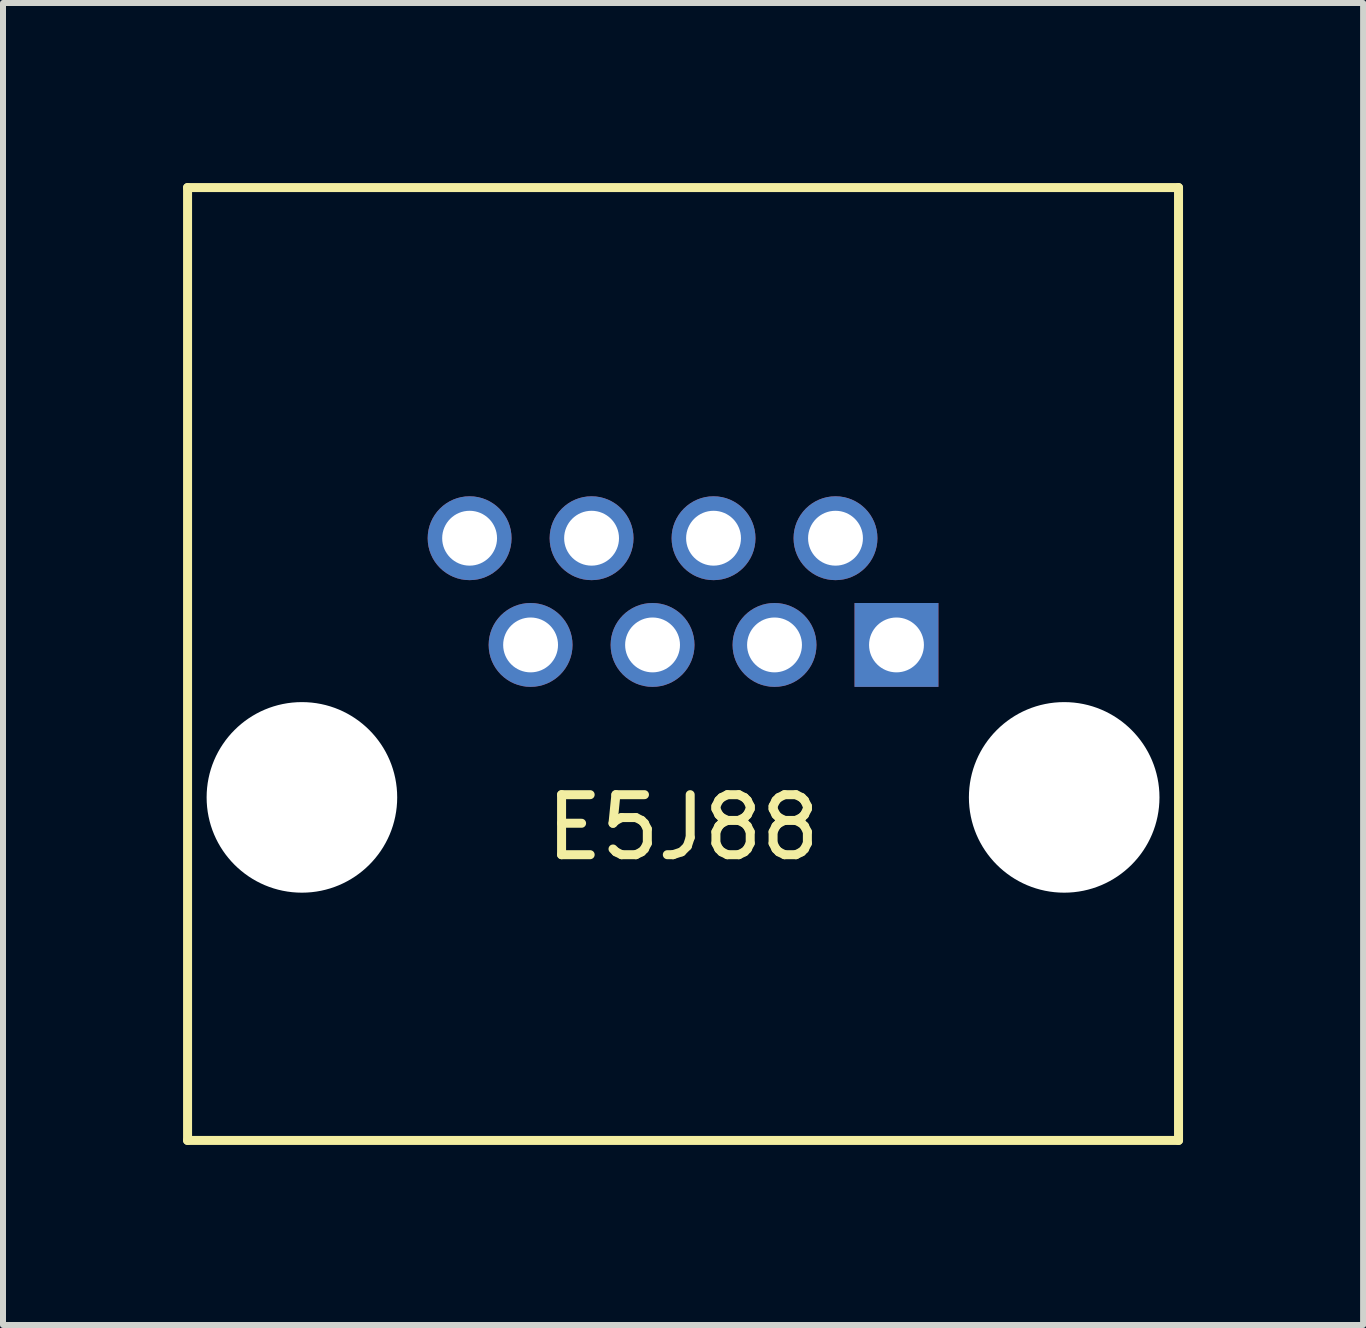
<source format=kicad_pcb>
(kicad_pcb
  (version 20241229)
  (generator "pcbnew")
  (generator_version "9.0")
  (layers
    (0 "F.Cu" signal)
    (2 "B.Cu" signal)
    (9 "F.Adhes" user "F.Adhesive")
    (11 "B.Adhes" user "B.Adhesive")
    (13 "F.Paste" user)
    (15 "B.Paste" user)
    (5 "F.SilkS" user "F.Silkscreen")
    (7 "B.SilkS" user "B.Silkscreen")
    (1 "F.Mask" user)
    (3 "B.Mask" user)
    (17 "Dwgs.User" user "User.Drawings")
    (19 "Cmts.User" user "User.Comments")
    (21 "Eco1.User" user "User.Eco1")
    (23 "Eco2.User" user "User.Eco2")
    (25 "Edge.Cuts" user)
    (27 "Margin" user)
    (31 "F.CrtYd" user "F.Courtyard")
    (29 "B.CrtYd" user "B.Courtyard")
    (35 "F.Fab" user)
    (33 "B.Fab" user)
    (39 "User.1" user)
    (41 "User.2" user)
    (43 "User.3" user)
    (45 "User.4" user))
  (footprint "E5J88"
    (layer "F.Cu")
    (at 8.33 10.235)
    (property "Reference" "E5J88" (at 0 0.5 0) (layer "F.SilkS") (effects (font (size 1 1) (thickness 0.15))))
    (attr through_hole)
    (fp_line (start -8.255 -10.16) (end -8.255 5.715) (stroke (width 0.15) (type solid)) (layer "F.SilkS"))
    (fp_line (start -8.255 5.715) (end 8.255 5.715) (stroke (width 0.15) (type solid)) (layer "F.SilkS"))
    (fp_line (start 8.255 -10.16) (end -8.255 -10.16) (stroke (width 0.15) (type solid)) (layer "F.SilkS"))
    (fp_line (start 8.255 5.715) (end 8.255 -10.16) (stroke (width 0.15) (type solid)) (layer "F.SilkS"))
    (pad "" np_thru_hole circle (at -6.35 0) (size 3.175 3.175) (drill 3.175) (layers "*.Cu" "*.Mask"))
    (pad "" np_thru_hole circle (at 6.35 0) (size 3.175 3.175) (drill 3.175) (layers "*.Cu" "*.Mask"))
    (pad "1" thru_hole rect (at 3.556 -2.54) (size 1.397 1.397) (drill 0.914) (layers "*.Cu" "*.Mask"))
    (pad "2" thru_hole circle (at 2.54 -4.318) (size 1.397 1.397) (drill 0.914) (layers "*.Cu" "*.Mask"))
    (pad "3" thru_hole circle (at 1.524 -2.54) (size 1.397 1.397) (drill 0.914) (layers "*.Cu" "*.Mask"))
    (pad "4" thru_hole circle (at 0.508 -4.318) (size 1.397 1.397) (drill 0.914) (layers "*.Cu" "*.Mask"))
    (pad "5" thru_hole circle (at -0.508 -2.54) (size 1.397 1.397) (drill 0.914) (layers "*.Cu" "*.Mask"))
    (pad "6" thru_hole circle (at -1.524 -4.318) (size 1.397 1.397) (drill 0.914) (layers "*.Cu" "*.Mask"))
    (pad "7" thru_hole circle (at -2.54 -2.54) (size 1.397 1.397) (drill 0.914) (layers "*.Cu" "*.Mask"))
    (pad "8" thru_hole circle (at -3.556 -4.318) (size 1.397 1.397) (drill 0.914) (layers "*.Cu" "*.Mask")))
  (gr_rect
    (start -3 -3)
    (end 19.66 19.025)
    (stroke (width 0.1) (type default))
    (fill no)
    (layer "Edge.Cuts")))
</source>
